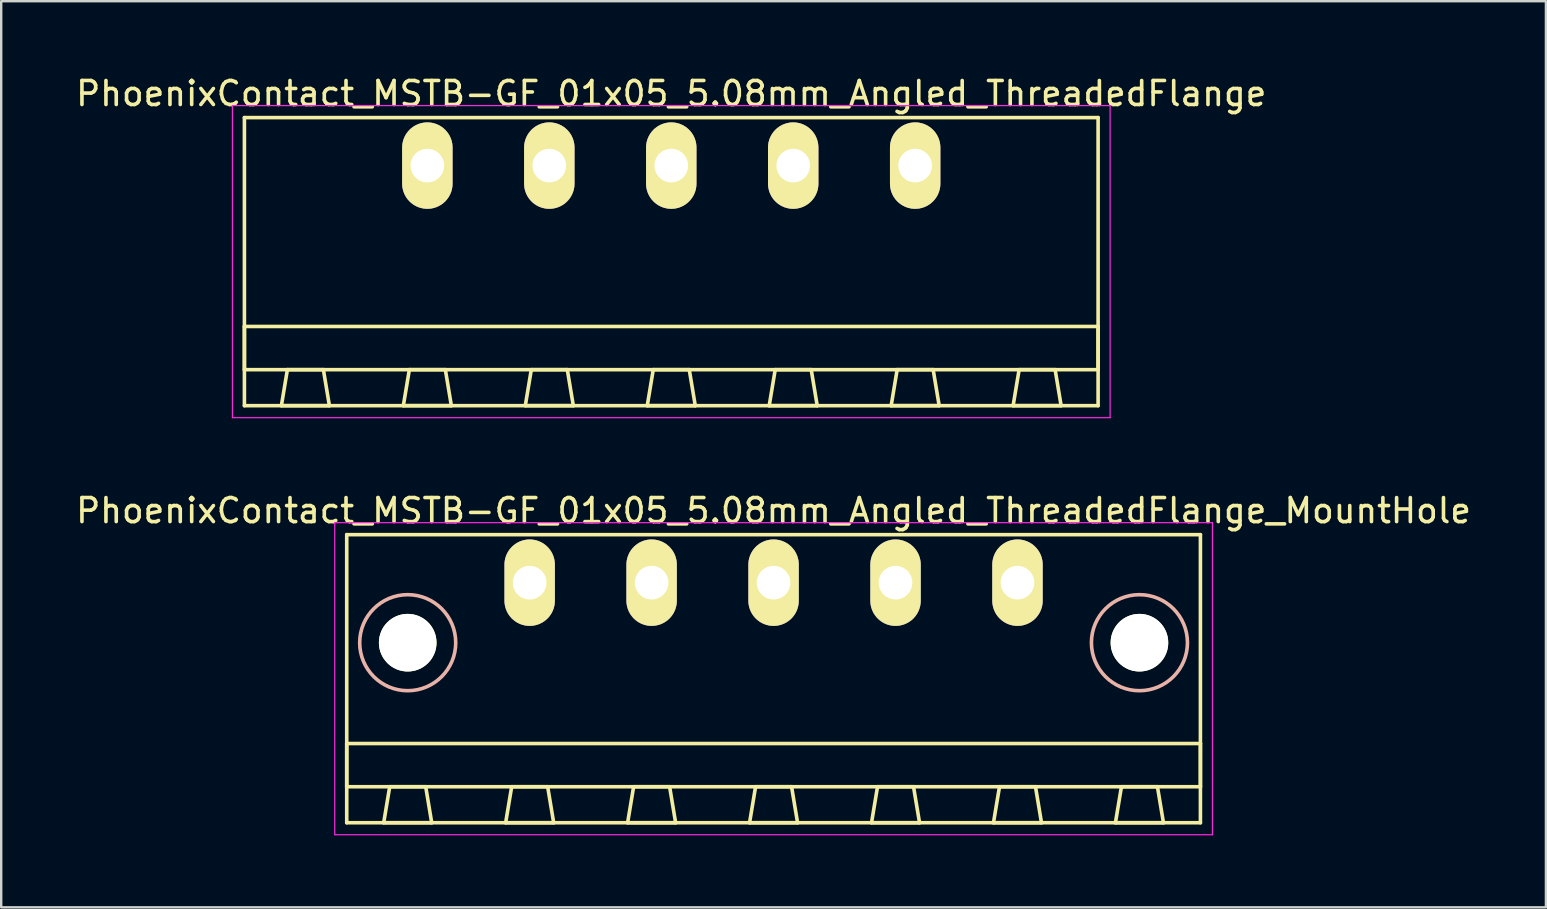
<source format=kicad_pcb>
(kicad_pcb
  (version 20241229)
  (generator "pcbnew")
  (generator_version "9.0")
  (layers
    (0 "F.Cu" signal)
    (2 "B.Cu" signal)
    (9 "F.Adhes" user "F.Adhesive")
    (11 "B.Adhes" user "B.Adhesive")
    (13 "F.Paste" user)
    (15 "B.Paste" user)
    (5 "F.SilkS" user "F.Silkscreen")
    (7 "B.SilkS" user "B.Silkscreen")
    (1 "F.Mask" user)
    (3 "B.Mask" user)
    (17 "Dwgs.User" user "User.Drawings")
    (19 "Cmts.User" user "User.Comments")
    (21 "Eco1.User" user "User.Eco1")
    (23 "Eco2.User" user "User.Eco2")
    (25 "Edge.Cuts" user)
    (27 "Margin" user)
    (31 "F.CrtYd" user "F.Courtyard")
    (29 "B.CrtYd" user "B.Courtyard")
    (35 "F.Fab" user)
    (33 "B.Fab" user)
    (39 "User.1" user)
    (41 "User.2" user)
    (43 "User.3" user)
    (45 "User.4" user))
  (footprint "PhoenixContact_MSTB-GF_01x05_5.08mm_Angled_ThreadedFlange"
    (layer "F.Cu")
    (at 14.751 3.848)
    (property "Reference" "PhoenixContact_MSTB-GF_01x05_5.08mm_Angled_ThreadedFlange" (at 10.16 -3 0) (layer "F.SilkS") (effects (font (size 1 1) (thickness 0.15))))
    (attr through_hole)
    (fp_line (start -7.62 -2) (end -7.62 10) (stroke (width 0.15) (type solid)) (layer "F.SilkS"))
    (fp_line (start -7.62 6.7) (end 27.94 6.7) (stroke (width 0.15) (type solid)) (layer "F.SilkS"))
    (fp_line (start -7.62 8.5) (end -7.62 6.7) (stroke (width 0.15) (type solid)) (layer "F.SilkS"))
    (fp_line (start -7.62 10) (end 27.94 10) (stroke (width 0.15) (type solid)) (layer "F.SilkS"))
    (fp_line (start -6.08 10) (end -4.08 10) (stroke (width 0.15) (type solid)) (layer "F.SilkS"))
    (fp_line (start -5.83 8.5) (end -6.08 10) (stroke (width 0.15) (type solid)) (layer "F.SilkS"))
    (fp_line (start -4.33 8.5) (end -5.83 8.5) (stroke (width 0.15) (type solid)) (layer "F.SilkS"))
    (fp_line (start -4.08 10) (end -4.33 8.5) (stroke (width 0.15) (type solid)) (layer "F.SilkS"))
    (fp_line (start -1 10) (end 1 10) (stroke (width 0.15) (type solid)) (layer "F.SilkS"))
    (fp_line (start -0.75 8.5) (end -1 10) (stroke (width 0.15) (type solid)) (layer "F.SilkS"))
    (fp_line (start 0.75 8.5) (end -0.75 8.5) (stroke (width 0.15) (type solid)) (layer "F.SilkS"))
    (fp_line (start 1 10) (end 0.75 8.5) (stroke (width 0.15) (type solid)) (layer "F.SilkS"))
    (fp_line (start 4.08 10) (end 6.08 10) (stroke (width 0.15) (type solid)) (layer "F.SilkS"))
    (fp_line (start 4.33 8.5) (end 4.08 10) (stroke (width 0.15) (type solid)) (layer "F.SilkS"))
    (fp_line (start 5.83 8.5) (end 4.33 8.5) (stroke (width 0.15) (type solid)) (layer "F.SilkS"))
    (fp_line (start 6.08 10) (end 5.83 8.5) (stroke (width 0.15) (type solid)) (layer "F.SilkS"))
    (fp_line (start 9.16 10) (end 11.16 10) (stroke (width 0.15) (type solid)) (layer "F.SilkS"))
    (fp_line (start 9.41 8.5) (end 9.16 10) (stroke (width 0.15) (type solid)) (layer "F.SilkS"))
    (fp_line (start 10.91 8.5) (end 9.41 8.5) (stroke (width 0.15) (type solid)) (layer "F.SilkS"))
    (fp_line (start 11.16 10) (end 10.91 8.5) (stroke (width 0.15) (type solid)) (layer "F.SilkS"))
    (fp_line (start 14.24 10) (end 16.24 10) (stroke (width 0.15) (type solid)) (layer "F.SilkS"))
    (fp_line (start 14.49 8.5) (end 14.24 10) (stroke (width 0.15) (type solid)) (layer "F.SilkS"))
    (fp_line (start 15.99 8.5) (end 14.49 8.5) (stroke (width 0.15) (type solid)) (layer "F.SilkS"))
    (fp_line (start 16.24 10) (end 15.99 8.5) (stroke (width 0.15) (type solid)) (layer "F.SilkS"))
    (fp_line (start 19.32 10) (end 21.32 10) (stroke (width 0.15) (type solid)) (layer "F.SilkS"))
    (fp_line (start 19.57 8.5) (end 19.32 10) (stroke (width 0.15) (type solid)) (layer "F.SilkS"))
    (fp_line (start 21.07 8.5) (end 19.57 8.5) (stroke (width 0.15) (type solid)) (layer "F.SilkS"))
    (fp_line (start 21.32 10) (end 21.07 8.5) (stroke (width 0.15) (type solid)) (layer "F.SilkS"))
    (fp_line (start 24.4 10) (end 26.4 10) (stroke (width 0.15) (type solid)) (layer "F.SilkS"))
    (fp_line (start 24.65 8.5) (end 24.4 10) (stroke (width 0.15) (type solid)) (layer "F.SilkS"))
    (fp_line (start 26.15 8.5) (end 24.65 8.5) (stroke (width 0.15) (type solid)) (layer "F.SilkS"))
    (fp_line (start 26.4 10) (end 26.15 8.5) (stroke (width 0.15) (type solid)) (layer "F.SilkS"))
    (fp_line (start 27.94 -2) (end -7.62 -2) (stroke (width 0.15) (type solid)) (layer "F.SilkS"))
    (fp_line (start 27.94 6.7) (end 27.94 8.5) (stroke (width 0.15) (type solid)) (layer "F.SilkS"))
    (fp_line (start 27.94 8.5) (end -7.62 8.5) (stroke (width 0.15) (type solid)) (layer "F.SilkS"))
    (fp_line (start 27.94 10) (end 27.94 -2) (stroke (width 0.15) (type solid)) (layer "F.SilkS"))
    (fp_line (start -8.12 -2.5) (end -8.12 10.5) (stroke (width 0.05) (type solid)) (layer "F.CrtYd"))
    (fp_line (start -8.12 10.5) (end 28.44 10.5) (stroke (width 0.05) (type solid)) (layer "F.CrtYd"))
    (fp_line (start 28.44 -2.5) (end -8.12 -2.5) (stroke (width 0.05) (type solid)) (layer "F.CrtYd"))
    (fp_line (start 28.44 10.5) (end 28.44 -2.5) (stroke (width 0.05) (type solid)) (layer "F.CrtYd"))
    (pad "1" thru_hole oval (at 0 0) (size 2.1 3.6) (drill 1.4) (layers "*.Cu" "*.Mask" "F.SilkS"))
    (pad "2" thru_hole oval (at 5.08 0) (size 2.1 3.6) (drill 1.4) (layers "*.Cu" "*.Mask" "F.SilkS"))
    (pad "3" thru_hole oval (at 10.16 0) (size 2.1 3.6) (drill 1.4) (layers "*.Cu" "*.Mask" "F.SilkS"))
    (pad "4" thru_hole oval (at 15.24 0) (size 2.1 3.6) (drill 1.4) (layers "*.Cu" "*.Mask" "F.SilkS"))
    (pad "5" thru_hole oval (at 20.32 0) (size 2.1 3.6) (drill 1.4) (layers "*.Cu" "*.Mask" "F.SilkS")))
  (footprint "PhoenixContact_MSTB-GF_01x05_5.08mm_Angled_ThreadedFlange_MountHole"
    (layer "F.Cu")
    (at 19.013 21.221)
    (property "Reference" "PhoenixContact_MSTB-GF_01x05_5.08mm_Angled_ThreadedFlange_MountHole" (at 10.16 -3 0) (layer "F.SilkS") (effects (font (size 1 1) (thickness 0.15))))
    (attr through_hole)
    (fp_line (start -7.62 -2) (end -7.62 10) (stroke (width 0.15) (type solid)) (layer "F.SilkS"))
    (fp_line (start -7.62 6.7) (end 27.94 6.7) (stroke (width 0.15) (type solid)) (layer "F.SilkS"))
    (fp_line (start -7.62 8.5) (end -7.62 6.7) (stroke (width 0.15) (type solid)) (layer "F.SilkS"))
    (fp_line (start -7.62 10) (end 27.94 10) (stroke (width 0.15) (type solid)) (layer "F.SilkS"))
    (fp_line (start -6.08 10) (end -4.08 10) (stroke (width 0.15) (type solid)) (layer "F.SilkS"))
    (fp_line (start -5.83 8.5) (end -6.08 10) (stroke (width 0.15) (type solid)) (layer "F.SilkS"))
    (fp_line (start -4.33 8.5) (end -5.83 8.5) (stroke (width 0.15) (type solid)) (layer "F.SilkS"))
    (fp_line (start -4.08 10) (end -4.33 8.5) (stroke (width 0.15) (type solid)) (layer "F.SilkS"))
    (fp_line (start -1 10) (end 1 10) (stroke (width 0.15) (type solid)) (layer "F.SilkS"))
    (fp_line (start -0.75 8.5) (end -1 10) (stroke (width 0.15) (type solid)) (layer "F.SilkS"))
    (fp_line (start 0.75 8.5) (end -0.75 8.5) (stroke (width 0.15) (type solid)) (layer "F.SilkS"))
    (fp_line (start 1 10) (end 0.75 8.5) (stroke (width 0.15) (type solid)) (layer "F.SilkS"))
    (fp_line (start 4.08 10) (end 6.08 10) (stroke (width 0.15) (type solid)) (layer "F.SilkS"))
    (fp_line (start 4.33 8.5) (end 4.08 10) (stroke (width 0.15) (type solid)) (layer "F.SilkS"))
    (fp_line (start 5.83 8.5) (end 4.33 8.5) (stroke (width 0.15) (type solid)) (layer "F.SilkS"))
    (fp_line (start 6.08 10) (end 5.83 8.5) (stroke (width 0.15) (type solid)) (layer "F.SilkS"))
    (fp_line (start 9.16 10) (end 11.16 10) (stroke (width 0.15) (type solid)) (layer "F.SilkS"))
    (fp_line (start 9.41 8.5) (end 9.16 10) (stroke (width 0.15) (type solid)) (layer "F.SilkS"))
    (fp_line (start 10.91 8.5) (end 9.41 8.5) (stroke (width 0.15) (type solid)) (layer "F.SilkS"))
    (fp_line (start 11.16 10) (end 10.91 8.5) (stroke (width 0.15) (type solid)) (layer "F.SilkS"))
    (fp_line (start 14.24 10) (end 16.24 10) (stroke (width 0.15) (type solid)) (layer "F.SilkS"))
    (fp_line (start 14.49 8.5) (end 14.24 10) (stroke (width 0.15) (type solid)) (layer "F.SilkS"))
    (fp_line (start 15.99 8.5) (end 14.49 8.5) (stroke (width 0.15) (type solid)) (layer "F.SilkS"))
    (fp_line (start 16.24 10) (end 15.99 8.5) (stroke (width 0.15) (type solid)) (layer "F.SilkS"))
    (fp_line (start 19.32 10) (end 21.32 10) (stroke (width 0.15) (type solid)) (layer "F.SilkS"))
    (fp_line (start 19.57 8.5) (end 19.32 10) (stroke (width 0.15) (type solid)) (layer "F.SilkS"))
    (fp_line (start 21.07 8.5) (end 19.57 8.5) (stroke (width 0.15) (type solid)) (layer "F.SilkS"))
    (fp_line (start 21.32 10) (end 21.07 8.5) (stroke (width 0.15) (type solid)) (layer "F.SilkS"))
    (fp_line (start 24.4 10) (end 26.4 10) (stroke (width 0.15) (type solid)) (layer "F.SilkS"))
    (fp_line (start 24.65 8.5) (end 24.4 10) (stroke (width 0.15) (type solid)) (layer "F.SilkS"))
    (fp_line (start 26.15 8.5) (end 24.65 8.5) (stroke (width 0.15) (type solid)) (layer "F.SilkS"))
    (fp_line (start 26.4 10) (end 26.15 8.5) (stroke (width 0.15) (type solid)) (layer "F.SilkS"))
    (fp_line (start 27.94 -2) (end -7.62 -2) (stroke (width 0.15) (type solid)) (layer "F.SilkS"))
    (fp_line (start 27.94 6.7) (end 27.94 8.5) (stroke (width 0.15) (type solid)) (layer "F.SilkS"))
    (fp_line (start 27.94 8.5) (end -7.62 8.5) (stroke (width 0.15) (type solid)) (layer "F.SilkS"))
    (fp_line (start 27.94 10) (end 27.94 -2) (stroke (width 0.15) (type solid)) (layer "F.SilkS"))
    (fp_circle (center -5.08 2.5) (end -3.08 2.5) (stroke (width 0.15) (type solid)) (fill no) (layer "B.SilkS"))
    (fp_circle (center 25.4 2.5) (end 27.4 2.5) (stroke (width 0.15) (type solid)) (fill no) (layer "B.SilkS"))
    (fp_line (start -8.12 -2.5) (end -8.12 10.5) (stroke (width 0.05) (type solid)) (layer "F.CrtYd"))
    (fp_line (start -8.12 10.5) (end 28.44 10.5) (stroke (width 0.05) (type solid)) (layer "F.CrtYd"))
    (fp_line (start 28.44 -2.5) (end -8.12 -2.5) (stroke (width 0.05) (type solid)) (layer "F.CrtYd"))
    (fp_line (start 28.44 10.5) (end 28.44 -2.5) (stroke (width 0.05) (type solid)) (layer "F.CrtYd"))
    (pad "" np_thru_hole circle (at -5.08 2.5) (size 2.4 2.4) (drill 2.4) (layers "*.Cu" "*.Mask" "F.SilkS"))
    (pad "" np_thru_hole circle (at 25.4 2.5) (size 2.4 2.4) (drill 2.4) (layers "*.Cu" "*.Mask" "F.SilkS"))
    (pad "1" thru_hole oval (at 0 0) (size 2.1 3.6) (drill 1.4) (layers "*.Cu" "*.Mask" "F.SilkS"))
    (pad "2" thru_hole oval (at 5.08 0) (size 2.1 3.6) (drill 1.4) (layers "*.Cu" "*.Mask" "F.SilkS"))
    (pad "3" thru_hole oval (at 10.16 0) (size 2.1 3.6) (drill 1.4) (layers "*.Cu" "*.Mask" "F.SilkS"))
    (pad "4" thru_hole oval (at 15.24 0) (size 2.1 3.6) (drill 1.4) (layers "*.Cu" "*.Mask" "F.SilkS"))
    (pad "5" thru_hole oval (at 20.32 0) (size 2.1 3.6) (drill 1.4) (layers "*.Cu" "*.Mask" "F.SilkS")))
  (gr_rect
    (start -3 -3)
    (end 61.345 34.746)
    (stroke (width 0.1) (type default))
    (fill no)
    (layer "Edge.Cuts")))
</source>
